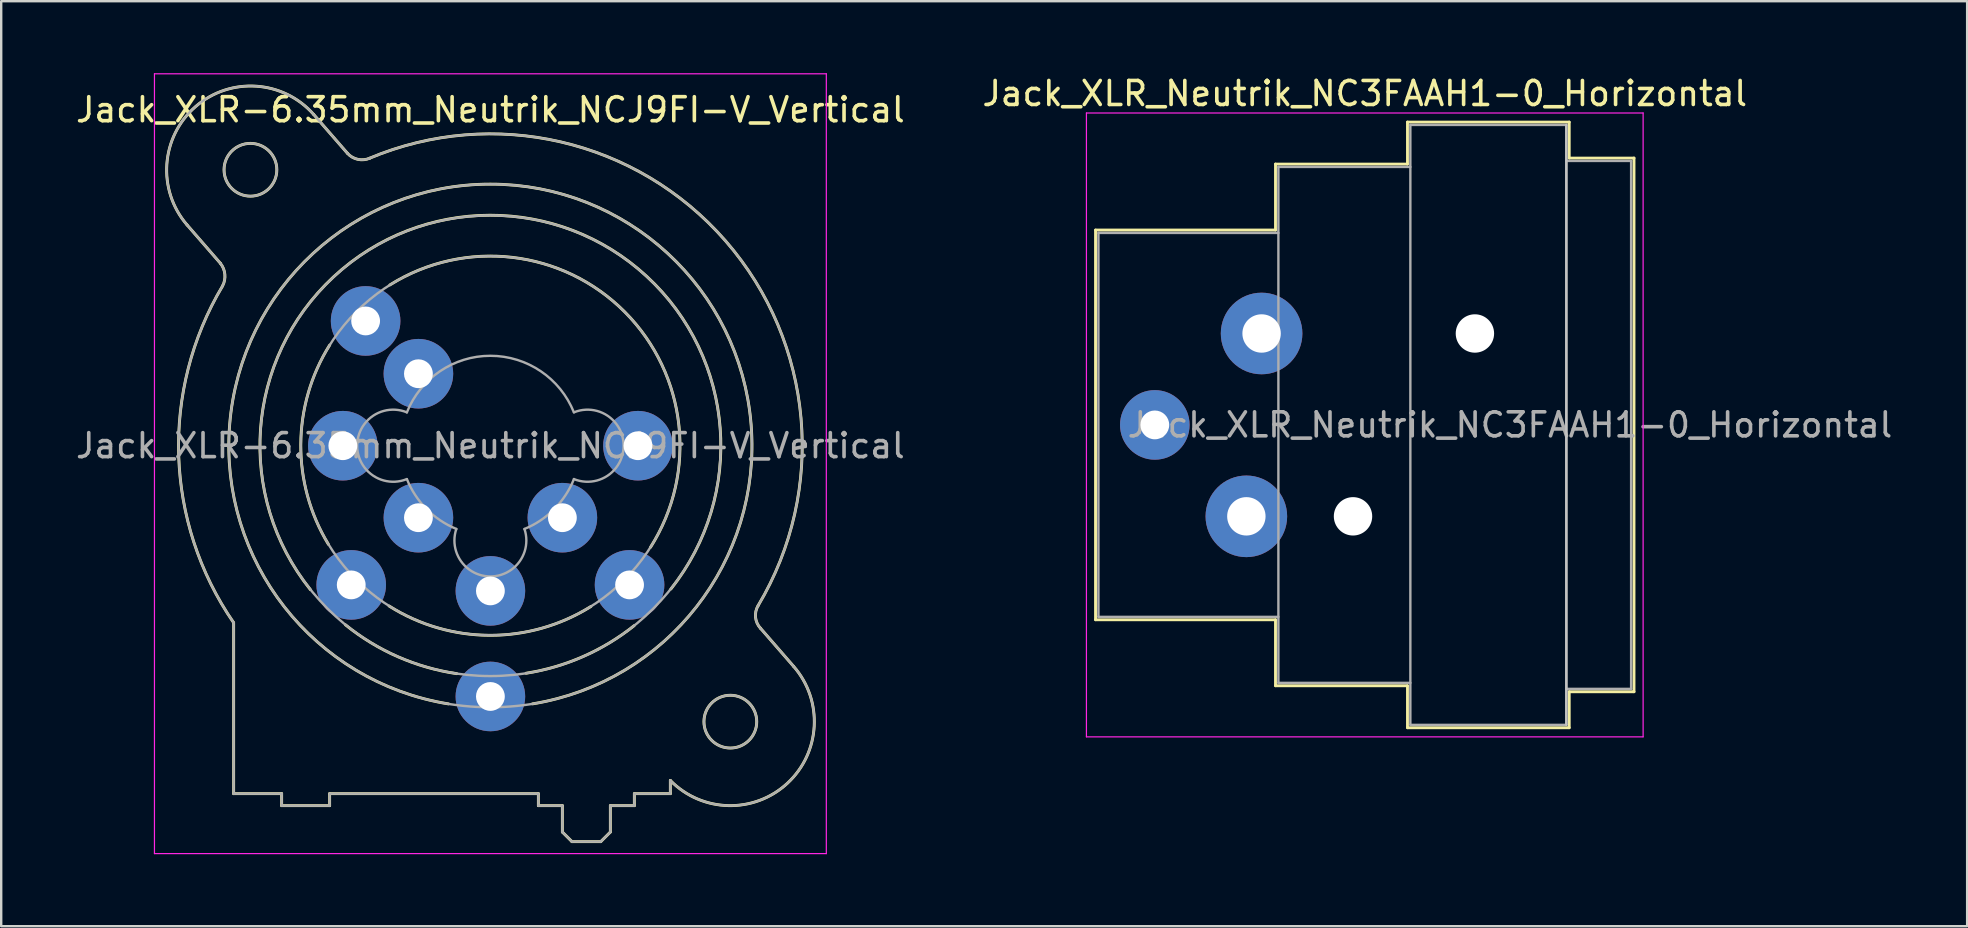
<source format=kicad_pcb>
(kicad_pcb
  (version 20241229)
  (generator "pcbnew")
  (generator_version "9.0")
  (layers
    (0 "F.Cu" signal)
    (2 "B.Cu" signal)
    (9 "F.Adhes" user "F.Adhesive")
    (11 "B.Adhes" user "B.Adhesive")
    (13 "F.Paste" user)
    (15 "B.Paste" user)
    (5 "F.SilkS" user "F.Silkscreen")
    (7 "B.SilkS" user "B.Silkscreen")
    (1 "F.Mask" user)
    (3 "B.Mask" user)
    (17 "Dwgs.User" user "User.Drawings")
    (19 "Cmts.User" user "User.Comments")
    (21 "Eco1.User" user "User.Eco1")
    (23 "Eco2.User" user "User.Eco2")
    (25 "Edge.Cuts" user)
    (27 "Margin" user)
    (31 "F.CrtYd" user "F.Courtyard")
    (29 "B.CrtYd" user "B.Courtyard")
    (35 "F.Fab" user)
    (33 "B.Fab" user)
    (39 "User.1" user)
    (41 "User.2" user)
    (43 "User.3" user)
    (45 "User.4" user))
  (footprint "Jack_XLR-6.35mm_Neutrik_NCJ9FI-V_Vertical"
    (layer "F.Cu")
    (at 23.537 15.525)
    (property "Reference" "Jack_XLR-6.35mm_Neutrik_NCJ9FI-V_Vertical" (at -6.15 -14 0) (layer "F.SilkS") (effects (font (size 1 1) (thickness 0.15))))
    (attr through_hole)
    (fp_line (start -17.4 -7.6) (end -18.79 -9.2) (stroke (width 0.12) (type solid)) (layer "F.SilkS"))
    (fp_line (start -16.85 14.5) (end -16.85 7.38) (stroke (width 0.12) (type solid)) (layer "F.SilkS"))
    (fp_line (start -14.85 14.5) (end -16.85 14.5) (stroke (width 0.12) (type solid)) (layer "F.SilkS"))
    (fp_line (start -14.85 14.5) (end -14.85 15) (stroke (width 0.12) (type solid)) (layer "F.SilkS"))
    (fp_line (start -13.51 -13.8) (end -12.11 -12.19) (stroke (width 0.12) (type solid)) (layer "F.SilkS"))
    (fp_line (start -12.85 14.5) (end -12.85 15) (stroke (width 0.12) (type solid)) (layer "F.SilkS"))
    (fp_line (start -12.85 15) (end -14.85 15) (stroke (width 0.12) (type solid)) (layer "F.SilkS"))
    (fp_line (start -4.15 14.5) (end -12.85 14.5) (stroke (width 0.12) (type solid)) (layer "F.SilkS"))
    (fp_line (start -4.15 14.5) (end -4.15 15) (stroke (width 0.12) (type solid)) (layer "F.SilkS"))
    (fp_line (start -3.15 15) (end -4.15 15) (stroke (width 0.12) (type solid)) (layer "F.SilkS"))
    (fp_line (start -3.15 15) (end -3.15 16.1) (stroke (width 0.12) (type solid)) (layer "F.SilkS"))
    (fp_line (start -3.15 16.1) (end -2.75 16.5) (stroke (width 0.12) (type solid)) (layer "F.SilkS"))
    (fp_line (start -1.55 16.5) (end -2.75 16.5) (stroke (width 0.12) (type solid)) (layer "F.SilkS"))
    (fp_line (start -1.15 15) (end -1.15 16.1) (stroke (width 0.12) (type solid)) (layer "F.SilkS"))
    (fp_line (start -1.15 16.1) (end -1.55 16.5) (stroke (width 0.12) (type solid)) (layer "F.SilkS"))
    (fp_line (start -0.15 14.5) (end -0.15 15) (stroke (width 0.12) (type solid)) (layer "F.SilkS"))
    (fp_line (start -0.15 15) (end -1.15 15) (stroke (width 0.12) (type solid)) (layer "F.SilkS"))
    (fp_line (start 1.35 13.95) (end 1.35 14.5) (stroke (width 0.12) (type solid)) (layer "F.SilkS"))
    (fp_line (start 1.35 14.5) (end -0.15 14.5) (stroke (width 0.12) (type solid)) (layer "F.SilkS"))
    (fp_line (start 5.1 7.6) (end 6.49 9.2) (stroke (width 0.12) (type solid)) (layer "F.SilkS"))
    (fp_arc (start -18.79 -9.2) (mid -18.45 -14.14) (end -13.51 -13.8) (stroke (width 0.12) (type solid)) (layer "F.SilkS"))
    (fp_arc (start -17.400452 -7.59955) (mid -17.216295 -7.14315) (end -17.31 -6.66) (stroke (width 0.12) (type solid)) (layer "F.SilkS"))
    (fp_arc (start -16.851206 7.374645) (mid -19.139261 0.42462) (end -17.31 -6.66) (stroke (width 0.12) (type solid)) (layer "F.SilkS"))
    (fp_arc (start -13.65 6) (mid -6.168408 -9.604669) (end 1.372943 5.971208) (stroke (width 0.12) (type solid)) (layer "F.SilkS"))
    (fp_arc (start -12.9 4.11) (mid -14.052663 -0.0501) (end -12.847348 -4.195251) (stroke (width 0.12) (type solid)) (layer "F.SilkS"))
    (fp_arc (start -11.201352 -11.974349) (mid 3.655031 -8.530097) (end 5.01 6.66) (stroke (width 0.12) (type solid)) (layer "F.SilkS"))
    (fp_arc (start -11.177539 -11.981856) (mid -11.677484 -11.93489) (end -12.11 -12.19) (stroke (width 0.12) (type solid)) (layer "F.SilkS"))
    (fp_arc (start -10.34 -6.7) (mid -0.544787 -5.570251) (end 0.523653 4.231839) (stroke (width 0.12) (type solid)) (layer "F.SilkS"))
    (fp_arc (start -7.9 10.76) (mid -6.152346 -10.90138) (end -4.395368 10.759246) (stroke (width 0.12) (type solid)) (layer "F.SilkS"))
    (fp_arc (start -7.55 9.5) (mid -10.007174 8.793873) (end -12.190932 7.464391) (stroke (width 0.12) (type solid)) (layer "F.SilkS"))
    (fp_arc (start -1.96 6.7) (mid -6.167825 7.902264) (end -10.370184 6.681029) (stroke (width 0.12) (type solid)) (layer "F.SilkS"))
    (fp_arc (start -0.16 7.5) (mid -2.282236 8.784674) (end -4.662837 9.482534) (stroke (width 0.12) (type solid)) (layer "F.SilkS"))
    (fp_arc (start 5.109394 7.611661) (mid 4.900255 7.152483) (end 5.01 6.66) (stroke (width 0.12) (type solid)) (layer "F.SilkS"))
    (fp_arc (start 6.49 9.2) (mid 6.227307 14.070606) (end 1.351052 13.95252) (stroke (width 0.12) (type solid)) (layer "F.SilkS"))
    (fp_circle (center -16.15 -11.5) (end -15.05 -11.5) (stroke (width 0.12) (type solid)) (fill no) (layer "F.SilkS"))
    (fp_circle (center 3.85 11.5) (end 4.95 11.5) (stroke (width 0.12) (type solid)) (fill no) (layer "F.SilkS"))
    (fp_line (start -20.15 -15.5) (end 7.85 -15.5) (stroke (width 0.05) (type solid)) (layer "F.CrtYd"))
    (fp_line (start -20.15 17) (end -20.15 -15.5) (stroke (width 0.05) (type solid)) (layer "F.CrtYd"))
    (fp_line (start 7.85 -15.5) (end 7.85 17) (stroke (width 0.05) (type solid)) (layer "F.CrtYd"))
    (fp_line (start 7.85 17) (end -20.15 17) (stroke (width 0.05) (type solid)) (layer "F.CrtYd"))
    (fp_line (start -17.4 -7.6) (end -18.79 -9.2) (stroke (width 0.1) (type solid)) (layer "F.Fab"))
    (fp_line (start -16.85 14.5) (end -16.85 7.38) (stroke (width 0.1) (type solid)) (layer "F.Fab"))
    (fp_line (start -14.85 14.5) (end -16.85 14.5) (stroke (width 0.1) (type solid)) (layer "F.Fab"))
    (fp_line (start -14.85 14.5) (end -14.85 15) (stroke (width 0.1) (type solid)) (layer "F.Fab"))
    (fp_line (start -13.51 -13.8) (end -12.11 -12.19) (stroke (width 0.1) (type solid)) (layer "F.Fab"))
    (fp_line (start -12.85 14.5) (end -12.85 15) (stroke (width 0.1) (type solid)) (layer "F.Fab"))
    (fp_line (start -12.85 15) (end -14.85 15) (stroke (width 0.1) (type solid)) (layer "F.Fab"))
    (fp_line (start -4.15 14.5) (end -12.85 14.5) (stroke (width 0.1) (type solid)) (layer "F.Fab"))
    (fp_line (start -4.15 14.5) (end -4.15 15) (stroke (width 0.1) (type solid)) (layer "F.Fab"))
    (fp_line (start -3.15 15) (end -4.15 15) (stroke (width 0.1) (type solid)) (layer "F.Fab"))
    (fp_line (start -3.15 15) (end -3.15 16.1) (stroke (width 0.1) (type solid)) (layer "F.Fab"))
    (fp_line (start -3.15 16.1) (end -2.75 16.5) (stroke (width 0.1) (type solid)) (layer "F.Fab"))
    (fp_line (start -1.55 16.5) (end -2.75 16.5) (stroke (width 0.1) (type solid)) (layer "F.Fab"))
    (fp_line (start -1.15 15) (end -1.15 16.1) (stroke (width 0.1) (type solid)) (layer "F.Fab"))
    (fp_line (start -1.15 16.1) (end -1.55 16.5) (stroke (width 0.1) (type solid)) (layer "F.Fab"))
    (fp_line (start -0.15 14.5) (end -0.15 15) (stroke (width 0.1) (type solid)) (layer "F.Fab"))
    (fp_line (start -0.15 15) (end -1.15 15) (stroke (width 0.1) (type solid)) (layer "F.Fab"))
    (fp_line (start 1.35 13.95) (end 1.35 14.5) (stroke (width 0.1) (type solid)) (layer "F.Fab"))
    (fp_line (start 1.35 14.5) (end -0.15 14.5) (stroke (width 0.1) (type solid)) (layer "F.Fab"))
    (fp_line (start 5.1 7.6) (end 6.49 9.2) (stroke (width 0.1) (type solid)) (layer "F.Fab"))
    (fp_arc (start -18.79 -9.2) (mid -18.45 -14.14) (end -13.51 -13.8) (stroke (width 0.1) (type solid)) (layer "F.Fab"))
    (fp_arc (start -17.400452 -7.59955) (mid -17.216295 -7.14315) (end -17.31 -6.66) (stroke (width 0.1) (type solid)) (layer "F.Fab"))
    (fp_arc (start -16.851206 7.374645) (mid -19.139261 0.42462) (end -17.31 -6.66) (stroke (width 0.1) (type solid)) (layer "F.Fab"))
    (fp_arc (start -11.201352 -11.974349) (mid 3.655031 -8.530097) (end 5.01 6.66) (stroke (width 0.1) (type solid)) (layer "F.Fab"))
    (fp_arc (start -11.177539 -11.981856) (mid -11.677484 -11.93489) (end -12.11 -12.19) (stroke (width 0.1) (type solid)) (layer "F.Fab"))
    (fp_arc (start -9.634717 1.391925) (mid -11.702329 -0.002547) (end -9.63 -1.39) (stroke (width 0.1) (type solid)) (layer "F.Fab"))
    (fp_arc (start -9.631116 -1.387204) (mid -6.151505 -3.747333) (end -2.67 -1.39) (stroke (width 0.1) (type solid)) (layer "F.Fab"))
    (fp_arc (start -7.567529 3.468878) (mid -8.810241 2.639246) (end -9.63 1.39) (stroke (width 0.1) (type solid)) (layer "F.Fab"))
    (fp_arc (start -4.729599 3.471189) (mid -6.150627 5.448932) (end -7.57 3.47) (stroke (width 0.1) (type solid)) (layer "F.Fab"))
    (fp_arc (start -2.667476 1.389002) (mid -3.487046 2.639314) (end -4.73 3.47) (stroke (width 0.1) (type solid)) (layer "F.Fab"))
    (fp_arc (start -2.665283 -1.391925) (mid -0.597671 0.002547) (end -2.67 1.39) (stroke (width 0.1) (type solid)) (layer "F.Fab"))
    (fp_arc (start 5.109394 7.611661) (mid 4.900255 7.152483) (end 5.01 6.66) (stroke (width 0.1) (type solid)) (layer "F.Fab"))
    (fp_arc (start 6.49 9.2) (mid 6.227307 14.070606) (end 1.351052 13.95252) (stroke (width 0.1) (type solid)) (layer "F.Fab"))
    (fp_circle (center -16.15 -11.5) (end -15.05 -11.5) (stroke (width 0.1) (type solid)) (fill no) (layer "F.Fab"))
    (fp_circle (center -6.15 0) (end 1.75 0) (stroke (width 0.1) (type solid)) (fill no) (layer "F.Fab"))
    (fp_circle (center -6.15 0) (end 3.45 0) (stroke (width 0.1) (type solid)) (fill no) (layer "F.Fab"))
    (fp_circle (center -6.15 0) (end 4.75 0) (stroke (width 0.1) (type solid)) (fill no) (layer "F.Fab"))
    (fp_circle (center 3.85 11.5) (end 4.95 11.5) (stroke (width 0.1) (type solid)) (fill no) (layer "F.Fab"))
    (fp_text user "${REFERENCE}" (at -6.15 0 0) (layer "F.Fab") (effects (font (size 1 1) (thickness 0.15))))
    (pad "1" thru_hole circle (at 0 0) (size 2.9 2.9) (drill 1.2) (layers "*.Cu" "*.Mask"))
    (pad "2" thru_hole circle (at -12.3 0) (size 2.9 2.9) (drill 1.2) (layers "*.Cu" "*.Mask"))
    (pad "3" thru_hole circle (at -6.15 6.05) (size 2.9 2.9) (drill 1.2) (layers "*.Cu" "*.Mask"))
    (pad "G" thru_hole circle (at -6.15 10.45) (size 2.9 2.9) (drill 1.2) (layers "*.Cu" "*.Mask"))
    (pad "R" thru_hole circle (at -0.35 5.8) (size 2.9 2.9) (drill 1.2) (layers "*.Cu" "*.Mask"))
    (pad "RN" thru_hole circle (at -3.15 3) (size 2.9 2.9) (drill 1.2) (layers "*.Cu" "*.Mask"))
    (pad "S" thru_hole circle (at -11.95 5.8) (size 2.9 2.9) (drill 1.2) (layers "*.Cu" "*.Mask"))
    (pad "SN" thru_hole circle (at -9.15 3) (size 2.9 2.9) (drill 1.2) (layers "*.Cu" "*.Mask"))
    (pad "T" thru_hole circle (at -11.35 -5.2) (size 2.9 2.9) (drill 1.2) (layers "*.Cu" "*.Mask"))
    (pad "TN" thru_hole circle (at -9.15 -3) (size 2.9 2.9) (drill 1.2) (layers "*.Cu" "*.Mask")))
  (footprint "Jack_XLR_Neutrik_NC3FAAH1-0_Horizontal"
    (layer "F.Cu")
    (at 49.527 10.848)
    (property "Reference" "Jack_XLR_Neutrik_NC3FAAH1-0_Horizontal" (at 4.3 -10 0) (layer "F.SilkS") (effects (font (size 1 1) (thickness 0.15))))
    (attr through_hole)
    (fp_line (start -6.92 -4.31) (end -6.92 11.93) (stroke (width 0.12) (type solid)) (layer "F.SilkS"))
    (fp_line (start 0.58 -7.06) (end 0.58 -4.31) (stroke (width 0.12) (type solid)) (layer "F.SilkS"))
    (fp_line (start 0.58 -4.31) (end -6.92 -4.31) (stroke (width 0.12) (type solid)) (layer "F.SilkS"))
    (fp_line (start 0.58 11.93) (end -6.92 11.93) (stroke (width 0.12) (type solid)) (layer "F.SilkS"))
    (fp_line (start 0.58 11.93) (end 0.58 14.68) (stroke (width 0.12) (type solid)) (layer "F.SilkS"))
    (fp_line (start 6.08 -7.06) (end 0.58 -7.06) (stroke (width 0.12) (type solid)) (layer "F.SilkS"))
    (fp_line (start 6.08 -7.06) (end 6.08 -8.81) (stroke (width 0.12) (type solid)) (layer "F.SilkS"))
    (fp_line (start 6.08 14.68) (end 0.58 14.68) (stroke (width 0.12) (type solid)) (layer "F.SilkS"))
    (fp_line (start 6.08 16.43) (end 6.08 14.68) (stroke (width 0.12) (type solid)) (layer "F.SilkS"))
    (fp_line (start 12.82 -8.81) (end 6.08 -8.81) (stroke (width 0.12) (type solid)) (layer "F.SilkS"))
    (fp_line (start 12.82 -8.81) (end 12.82 -7.31) (stroke (width 0.12) (type solid)) (layer "F.SilkS"))
    (fp_line (start 12.82 -7.31) (end 15.52 -7.31) (stroke (width 0.12) (type solid)) (layer "F.SilkS"))
    (fp_line (start 12.82 14.93) (end 12.82 16.43) (stroke (width 0.12) (type solid)) (layer "F.SilkS"))
    (fp_line (start 12.82 14.93) (end 15.52 14.93) (stroke (width 0.12) (type solid)) (layer "F.SilkS"))
    (fp_line (start 12.82 16.43) (end 6.08 16.43) (stroke (width 0.12) (type solid)) (layer "F.SilkS"))
    (fp_line (start 15.52 -7.31) (end 15.52 14.93) (stroke (width 0.12) (type solid)) (layer "F.SilkS"))
    (fp_line (start 12.7 -8.69) (end 12.7 16.31) (stroke (width 0.1) (type solid)) (layer "Dwgs.User"))
    (fp_line (start -7.3 -9.19) (end -7.3 16.81) (stroke (width 0.05) (type solid)) (layer "F.CrtYd"))
    (fp_line (start 15.9 -9.19) (end -7.3 -9.19) (stroke (width 0.05) (type solid)) (layer "F.CrtYd"))
    (fp_line (start 15.9 -9.19) (end 15.9 16.81) (stroke (width 0.05) (type solid)) (layer "F.CrtYd"))
    (fp_line (start 15.9 16.81) (end -7.3 16.81) (stroke (width 0.05) (type solid)) (layer "F.CrtYd"))
    (fp_line (start -6.8 -4.19) (end -6.8 11.81) (stroke (width 0.1) (type solid)) (layer "F.Fab"))
    (fp_line (start -6.8 11.81) (end 0.7 11.81) (stroke (width 0.1) (type solid)) (layer "F.Fab"))
    (fp_line (start 0.7 -6.94) (end 0.7 14.56) (stroke (width 0.1) (type solid)) (layer "F.Fab"))
    (fp_line (start 0.7 -4.19) (end -6.8 -4.19) (stroke (width 0.1) (type solid)) (layer "F.Fab"))
    (fp_line (start 0.7 14.56) (end 6.2 14.56) (stroke (width 0.1) (type solid)) (layer "F.Fab"))
    (fp_line (start 6.2 -8.69) (end 12.7 -8.69) (stroke (width 0.1) (type solid)) (layer "F.Fab"))
    (fp_line (start 6.2 -6.94) (end 0.7 -6.94) (stroke (width 0.1) (type solid)) (layer "F.Fab"))
    (fp_line (start 6.2 16.31) (end 6.2 -8.69) (stroke (width 0.1) (type solid)) (layer "F.Fab"))
    (fp_line (start 12.7 -8.69) (end 12.7 16.31) (stroke (width 0.1) (type solid)) (layer "F.Fab"))
    (fp_line (start 12.7 -7.19) (end 15.4 -7.19) (stroke (width 0.1) (type solid)) (layer "F.Fab"))
    (fp_line (start 12.7 16.31) (end 6.2 16.31) (stroke (width 0.1) (type solid)) (layer "F.Fab"))
    (fp_line (start 15.4 -7.19) (end 15.4 14.81) (stroke (width 0.1) (type solid)) (layer "F.Fab"))
    (fp_line (start 15.4 14.81) (end 12.7 14.81) (stroke (width 0.1) (type solid)) (layer "F.Fab"))
    (fp_text user "${REFERENCE}" (at 10.35 3.81 0) (layer "F.Fab") (effects (font (size 1 1) (thickness 0.15))))
    (pad "" np_thru_hole circle (at 3.81 7.62) (size 1.6 1.6) (drill 1.6) (layers "*.Cu" "*.Mask"))
    (pad "" np_thru_hole circle (at 8.89 0) (size 1.6 1.6) (drill 1.6) (layers "*.Cu" "*.Mask"))
    (pad "1" thru_hole circle (at 0 0) (size 3.4 3.4) (drill 1.6) (layers "*.Cu" "*.Mask"))
    (pad "2" thru_hole circle (at -0.635 7.62) (size 3.4 3.4) (drill 1.6) (layers "*.Cu" "*.Mask"))
    (pad "3" thru_hole circle (at -4.45 3.81) (size 2.9 2.9) (drill 1.2) (layers "*.Cu" "*.Mask")))
  (gr_rect
    (start -3 -3)
    (end 78.931 35.55)
    (stroke (width 0.1) (type default))
    (fill no)
    (layer "Edge.Cuts")))
</source>
